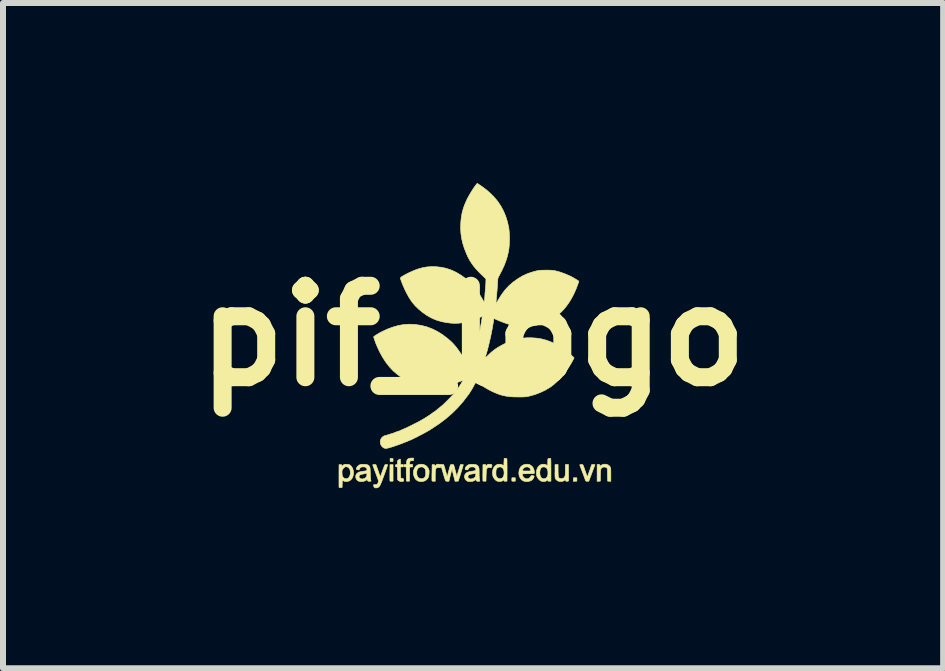
<source format=kicad_pcb>
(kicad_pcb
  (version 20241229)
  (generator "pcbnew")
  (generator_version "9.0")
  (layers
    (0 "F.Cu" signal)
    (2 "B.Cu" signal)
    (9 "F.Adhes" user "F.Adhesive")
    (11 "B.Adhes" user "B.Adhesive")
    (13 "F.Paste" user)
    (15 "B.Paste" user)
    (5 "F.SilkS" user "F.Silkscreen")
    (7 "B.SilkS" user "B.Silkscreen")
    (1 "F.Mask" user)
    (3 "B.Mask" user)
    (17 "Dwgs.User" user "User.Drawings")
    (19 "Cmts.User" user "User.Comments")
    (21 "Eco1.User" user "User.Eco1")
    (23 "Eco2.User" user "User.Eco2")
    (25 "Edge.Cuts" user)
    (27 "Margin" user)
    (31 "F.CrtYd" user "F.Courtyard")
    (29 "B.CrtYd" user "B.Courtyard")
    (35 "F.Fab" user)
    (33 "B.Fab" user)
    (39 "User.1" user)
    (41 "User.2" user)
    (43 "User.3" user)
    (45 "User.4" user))
  (footprint "pif_logo"
    (layer "F.Cu")
    (at 4.833 2.547)
    (property "Reference" "pif_logo" (at 0 0 0) (layer "F.SilkS") (effects (font (size 1.524 1.524) (thickness 0.3))))
    (attr through_hole)
    (fp_poly (pts (xy 1.73 2.421) (xy 1.7 2.422) (xy 1.671 2.424) (xy 1.672 2.394) (xy 1.674 2.365) (xy 1.73 2.365) (xy 1.73 2.421)) (stroke (width 0.01) (type solid)) (fill yes) (layer "F.SilkS"))
    (fp_poly (pts (xy 0.704 2.421) (xy 0.677 2.422) (xy 0.659 2.422) (xy 0.65 2.42) (xy 0.647 2.416) (xy 0.646 2.407) (xy 0.646 2.392) (xy 0.646 2.387) (xy 0.648 2.365) (xy 0.704 2.365) (xy 0.704 2.421)) (stroke (width 0.01) (type solid)) (fill yes) (layer "F.SilkS"))
    (fp_poly (pts (xy -1.333 2.421) (xy -1.358 2.422) (xy -1.375 2.422) (xy -1.384 2.418) (xy -1.384 2.417) (xy -1.385 2.41) (xy -1.386 2.395) (xy -1.386 2.372) (xy -1.386 2.343) (xy -1.386 2.31) (xy -1.386 2.278) (xy -1.384 2.146) (xy -1.333 2.146) (xy -1.333 2.421)) (stroke (width 0.01) (type solid)) (fill yes) (layer "F.SilkS"))
    (fp_poly (pts (xy -1.358 2.043) (xy -1.334 2.045) (xy -1.333 2.069) (xy -1.333 2.083) (xy -1.334 2.092) (xy -1.335 2.093) (xy -1.349 2.094) (xy -1.363 2.095) (xy -1.375 2.094) (xy -1.38 2.093) (xy -1.381 2.088) (xy -1.382 2.075) (xy -1.382 2.066) (xy -1.382 2.042) (xy -1.358 2.043)) (stroke (width 0.01) (type solid)) (fill yes) (layer "F.SilkS"))
    (fp_poly (pts (xy -0.993 2.08) (xy -1.014 2.079) (xy -1.035 2.08) (xy -1.049 2.089) (xy -1.057 2.106) (xy -1.058 2.118) (xy -1.059 2.141) (xy -1.006 2.144) (xy -1.006 2.184) (xy -1.032 2.185) (xy -1.057 2.187) (xy -1.059 2.421) (xy -1.082 2.422) (xy -1.097 2.422) (xy -1.107 2.421) (xy -1.109 2.42) (xy -1.11 2.414) (xy -1.111 2.4) (xy -1.112 2.378) (xy -1.112 2.35) (xy -1.112 2.319) (xy -1.113 2.301) (xy -1.113 2.185) (xy -1.132 2.183) (xy -1.144 2.182) (xy -1.149 2.177) (xy -1.151 2.167) (xy -1.151 2.164) (xy -1.15 2.153) (xy -1.146 2.147) (xy -1.135 2.144) (xy -1.13 2.144) (xy -1.11 2.141) (xy -1.109 2.113) (xy -1.105 2.084) (xy -1.096 2.062) (xy -1.081 2.048) (xy -1.059 2.04) (xy -1.029 2.037) (xy -1.026 2.037) (xy -0.99 2.037) (xy -0.993 2.08)) (stroke (width 0.01) (type solid)) (fill yes) (layer "F.SilkS"))
    (fp_poly (pts (xy 2.231 2.143) (xy 2.256 2.154) (xy 2.276 2.171) (xy 2.285 2.184) (xy 2.289 2.192) (xy 2.291 2.2) (xy 2.293 2.21) (xy 2.295 2.223) (xy 2.296 2.241) (xy 2.296 2.265) (xy 2.296 2.296) (xy 2.296 2.315) (xy 2.296 2.424) (xy 2.243 2.421) (xy 2.241 2.316) (xy 2.24 2.211) (xy 2.225 2.197) (xy 2.204 2.187) (xy 2.181 2.185) (xy 2.157 2.192) (xy 2.146 2.198) (xy 2.138 2.206) (xy 2.132 2.216) (xy 2.128 2.231) (xy 2.125 2.251) (xy 2.123 2.278) (xy 2.122 2.314) (xy 2.122 2.327) (xy 2.121 2.421) (xy 2.068 2.424) (xy 2.068 2.144) (xy 2.09 2.144) (xy 2.104 2.144) (xy 2.111 2.147) (xy 2.113 2.153) (xy 2.113 2.16) (xy 2.113 2.176) (xy 2.125 2.165) (xy 2.148 2.149) (xy 2.175 2.14) (xy 2.204 2.138) (xy 2.231 2.143)) (stroke (width 0.01) (type solid)) (fill yes) (layer "F.SilkS"))
    (fp_poly (pts (xy 0.277 2.14) (xy 0.298 2.142) (xy 0.311 2.147) (xy 0.316 2.156) (xy 0.314 2.169) (xy 0.312 2.177) (xy 0.306 2.192) (xy 0.301 2.198) (xy 0.293 2.198) (xy 0.28 2.194) (xy 0.26 2.191) (xy 0.243 2.199) (xy 0.23 2.213) (xy 0.227 2.22) (xy 0.224 2.228) (xy 0.222 2.241) (xy 0.221 2.259) (xy 0.22 2.283) (xy 0.219 2.317) (xy 0.218 2.324) (xy 0.216 2.421) (xy 0.192 2.422) (xy 0.174 2.422) (xy 0.166 2.418) (xy 0.165 2.417) (xy 0.164 2.41) (xy 0.164 2.395) (xy 0.164 2.372) (xy 0.163 2.343) (xy 0.163 2.31) (xy 0.164 2.278) (xy 0.165 2.146) (xy 0.189 2.145) (xy 0.204 2.144) (xy 0.211 2.146) (xy 0.213 2.151) (xy 0.213 2.158) (xy 0.213 2.173) (xy 0.231 2.155) (xy 0.242 2.145) (xy 0.252 2.14) (xy 0.264 2.139) (xy 0.277 2.14)) (stroke (width 0.01) (type solid)) (fill yes) (layer "F.SilkS"))
    (fp_poly (pts (xy -1.212 2.057) (xy -1.21 2.072) (xy -1.209 2.096) (xy -1.209 2.098) (xy -1.209 2.144) (xy -1.163 2.144) (xy -1.163 2.184) (xy -1.21 2.184) (xy -1.208 2.275) (xy -1.207 2.305) (xy -1.206 2.331) (xy -1.205 2.351) (xy -1.204 2.365) (xy -1.203 2.37) (xy -1.196 2.373) (xy -1.183 2.374) (xy -1.18 2.374) (xy -1.168 2.376) (xy -1.162 2.38) (xy -1.158 2.391) (xy -1.157 2.395) (xy -1.155 2.409) (xy -1.157 2.418) (xy -1.162 2.422) (xy -1.174 2.426) (xy -1.192 2.427) (xy -1.213 2.425) (xy -1.217 2.425) (xy -1.228 2.42) (xy -1.241 2.412) (xy -1.242 2.411) (xy -1.257 2.399) (xy -1.26 2.185) (xy -1.277 2.183) (xy -1.288 2.181) (xy -1.292 2.176) (xy -1.293 2.164) (xy -1.292 2.152) (xy -1.287 2.147) (xy -1.276 2.145) (xy -1.267 2.143) (xy -1.262 2.14) (xy -1.26 2.132) (xy -1.26 2.117) (xy -1.26 2.114) (xy -1.259 2.097) (xy -1.257 2.085) (xy -1.256 2.08) (xy -1.249 2.073) (xy -1.237 2.064) (xy -1.225 2.057) (xy -1.216 2.052) (xy -1.215 2.052) (xy -1.212 2.057)) (stroke (width 0.01) (type solid)) (fill yes) (layer "F.SilkS"))
    (fp_poly (pts (xy 1.417 2.244) (xy 1.418 2.284) (xy 1.419 2.315) (xy 1.42 2.337) (xy 1.422 2.352) (xy 1.424 2.357) (xy 1.436 2.37) (xy 1.453 2.377) (xy 1.474 2.379) (xy 1.495 2.375) (xy 1.514 2.366) (xy 1.518 2.362) (xy 1.525 2.353) (xy 1.531 2.342) (xy 1.535 2.326) (xy 1.537 2.304) (xy 1.539 2.275) (xy 1.539 2.237) (xy 1.539 2.229) (xy 1.539 2.144) (xy 1.59 2.144) (xy 1.591 2.278) (xy 1.591 2.315) (xy 1.592 2.347) (xy 1.592 2.376) (xy 1.592 2.398) (xy 1.591 2.412) (xy 1.591 2.418) (xy 1.585 2.421) (xy 1.573 2.423) (xy 1.567 2.423) (xy 1.553 2.423) (xy 1.546 2.42) (xy 1.544 2.413) (xy 1.544 2.407) (xy 1.544 2.391) (xy 1.533 2.402) (xy 1.509 2.418) (xy 1.48 2.426) (xy 1.45 2.427) (xy 1.42 2.42) (xy 1.412 2.417) (xy 1.396 2.406) (xy 1.382 2.393) (xy 1.378 2.388) (xy 1.374 2.382) (xy 1.371 2.375) (xy 1.369 2.367) (xy 1.367 2.357) (xy 1.366 2.342) (xy 1.366 2.322) (xy 1.365 2.295) (xy 1.366 2.26) (xy 1.366 2.23) (xy 1.366 2.146) (xy 1.392 2.145) (xy 1.417 2.143) (xy 1.417 2.244)) (stroke (width 0.01) (type solid)) (fill yes) (layer "F.SilkS"))
    (fp_poly (pts (xy 2.02 2.144) (xy 2.03 2.146) (xy 2.032 2.147) (xy 2.03 2.152) (xy 2.026 2.166) (xy 2.018 2.185) (xy 2.009 2.209) (xy 2.004 2.222) (xy 1.992 2.254) (xy 1.978 2.291) (xy 1.965 2.326) (xy 1.954 2.357) (xy 1.953 2.358) (xy 1.929 2.423) (xy 1.904 2.423) (xy 1.888 2.422) (xy 1.88 2.419) (xy 1.876 2.414) (xy 1.873 2.406) (xy 1.867 2.389) (xy 1.859 2.366) (xy 1.849 2.339) (xy 1.838 2.309) (xy 1.826 2.278) (xy 1.814 2.248) (xy 1.804 2.219) (xy 1.794 2.195) (xy 1.787 2.176) (xy 1.783 2.165) (xy 1.779 2.153) (xy 1.781 2.147) (xy 1.79 2.144) (xy 1.803 2.144) (xy 1.82 2.145) (xy 1.83 2.149) (xy 1.833 2.153) (xy 1.836 2.16) (xy 1.842 2.175) (xy 1.85 2.197) (xy 1.859 2.223) (xy 1.869 2.253) (xy 1.87 2.254) (xy 1.88 2.283) (xy 1.889 2.308) (xy 1.897 2.328) (xy 1.902 2.341) (xy 1.905 2.347) (xy 1.905 2.347) (xy 1.908 2.342) (xy 1.913 2.33) (xy 1.919 2.313) (xy 1.921 2.307) (xy 1.928 2.287) (xy 1.938 2.26) (xy 1.948 2.231) (xy 1.956 2.206) (xy 1.978 2.144) (xy 2.005 2.144) (xy 2.02 2.144)) (stroke (width 0.01) (type solid)) (fill yes) (layer "F.SilkS"))
    (fp_poly (pts (xy -0.827 2.143) (xy -0.795 2.156) (xy -0.768 2.177) (xy -0.747 2.207) (xy -0.744 2.212) (xy -0.738 2.226) (xy -0.734 2.238) (xy -0.732 2.251) (xy -0.732 2.269) (xy -0.733 2.29) (xy -0.737 2.329) (xy -0.746 2.36) (xy -0.761 2.384) (xy -0.782 2.403) (xy -0.808 2.418) (xy -0.833 2.425) (xy -0.863 2.428) (xy -0.892 2.426) (xy -0.91 2.421) (xy -0.937 2.407) (xy -0.959 2.387) (xy -0.975 2.361) (xy -0.989 2.324) (xy -0.994 2.285) (xy -0.993 2.267) (xy -0.938 2.267) (xy -0.938 2.303) (xy -0.931 2.333) (xy -0.917 2.356) (xy -0.898 2.372) (xy -0.874 2.38) (xy -0.854 2.381) (xy -0.837 2.377) (xy -0.822 2.371) (xy -0.819 2.369) (xy -0.804 2.355) (xy -0.795 2.338) (xy -0.789 2.316) (xy -0.788 2.287) (xy -0.788 2.278) (xy -0.79 2.254) (xy -0.792 2.238) (xy -0.795 2.226) (xy -0.801 2.215) (xy -0.803 2.213) (xy -0.821 2.195) (xy -0.844 2.185) (xy -0.868 2.184) (xy -0.894 2.19) (xy -0.915 2.204) (xy -0.929 2.226) (xy -0.937 2.256) (xy -0.938 2.267) (xy -0.993 2.267) (xy -0.991 2.247) (xy -0.979 2.212) (xy -0.969 2.194) (xy -0.946 2.167) (xy -0.919 2.149) (xy -0.886 2.14) (xy -0.865 2.139) (xy -0.827 2.143)) (stroke (width 0.01) (type solid)) (fill yes) (layer "F.SilkS"))
    (fp_poly (pts (xy 0.923 2.14) (xy 0.937 2.144) (xy 0.952 2.151) (xy 0.978 2.169) (xy 1 2.195) (xy 1.014 2.227) (xy 1.021 2.262) (xy 1.022 2.29) (xy 1.019 2.292) (xy 1.01 2.294) (xy 0.993 2.295) (xy 0.969 2.296) (xy 0.936 2.297) (xy 0.921 2.297) (xy 0.82 2.299) (xy 0.822 2.314) (xy 0.829 2.338) (xy 0.844 2.359) (xy 0.865 2.374) (xy 0.888 2.382) (xy 0.897 2.382) (xy 0.919 2.38) (xy 0.938 2.37) (xy 0.954 2.352) (xy 0.957 2.348) (xy 0.966 2.335) (xy 0.973 2.329) (xy 0.982 2.328) (xy 0.992 2.329) (xy 1.007 2.332) (xy 1.016 2.336) (xy 1.018 2.337) (xy 1.018 2.343) (xy 1.014 2.355) (xy 1.007 2.37) (xy 0.999 2.384) (xy 0.99 2.396) (xy 0.987 2.399) (xy 0.965 2.413) (xy 0.936 2.423) (xy 0.905 2.428) (xy 0.873 2.427) (xy 0.848 2.421) (xy 0.818 2.406) (xy 0.795 2.383) (xy 0.777 2.353) (xy 0.766 2.32) (xy 0.763 2.283) (xy 0.768 2.244) (xy 0.769 2.241) (xy 0.823 2.241) (xy 0.826 2.247) (xy 0.835 2.25) (xy 0.852 2.252) (xy 0.877 2.252) (xy 0.895 2.252) (xy 0.963 2.251) (xy 0.961 2.237) (xy 0.954 2.214) (xy 0.939 2.197) (xy 0.918 2.186) (xy 0.896 2.183) (xy 0.869 2.188) (xy 0.846 2.202) (xy 0.832 2.22) (xy 0.825 2.232) (xy 0.823 2.241) (xy 0.769 2.241) (xy 0.769 2.24) (xy 0.782 2.204) (xy 0.8 2.176) (xy 0.825 2.157) (xy 0.855 2.144) (xy 0.887 2.14) (xy 0.908 2.139) (xy 0.923 2.14)) (stroke (width 0.01) (type solid)) (fill yes) (layer "F.SilkS"))
    (fp_poly (pts (xy -2.087 2.142) (xy -2.073 2.143) (xy -2.061 2.147) (xy -2.05 2.154) (xy -2.046 2.157) (xy -2.023 2.179) (xy -2.006 2.209) (xy -1.995 2.246) (xy -1.992 2.268) (xy -1.994 2.31) (xy -2.003 2.348) (xy -2.019 2.379) (xy -2.042 2.404) (xy -2.065 2.418) (xy -2.091 2.426) (xy -2.119 2.428) (xy -2.145 2.423) (xy -2.163 2.414) (xy -2.179 2.402) (xy -2.18 2.465) (xy -2.182 2.527) (xy -2.206 2.529) (xy -2.224 2.529) (xy -2.232 2.525) (xy -2.233 2.524) (xy -2.233 2.517) (xy -2.234 2.502) (xy -2.234 2.479) (xy -2.234 2.449) (xy -2.234 2.413) (xy -2.234 2.374) (xy -2.234 2.332) (xy -2.234 2.266) (xy -2.184 2.266) (xy -2.183 2.288) (xy -2.183 2.291) (xy -2.181 2.317) (xy -2.178 2.335) (xy -2.172 2.348) (xy -2.172 2.349) (xy -2.154 2.368) (xy -2.133 2.379) (xy -2.11 2.382) (xy -2.088 2.375) (xy -2.069 2.361) (xy -2.056 2.339) (xy -2.047 2.312) (xy -2.044 2.282) (xy -2.046 2.252) (xy -2.053 2.225) (xy -2.058 2.215) (xy -2.072 2.199) (xy -2.09 2.187) (xy -2.108 2.18) (xy -2.114 2.179) (xy -2.132 2.184) (xy -2.15 2.196) (xy -2.166 2.214) (xy -2.173 2.225) (xy -2.179 2.238) (xy -2.183 2.251) (xy -2.184 2.266) (xy -2.234 2.266) (xy -2.233 2.146) (xy -2.21 2.146) (xy -2.196 2.147) (xy -2.189 2.149) (xy -2.188 2.155) (xy -2.188 2.16) (xy -2.189 2.174) (xy -2.168 2.158) (xy -2.157 2.149) (xy -2.147 2.144) (xy -2.135 2.142) (xy -2.118 2.141) (xy -2.108 2.141) (xy -2.087 2.142)) (stroke (width 0.01) (type solid)) (fill yes) (layer "F.SilkS"))
    (fp_poly (pts (xy -1.629 2.145) (xy -1.62 2.147) (xy -1.618 2.148) (xy -1.615 2.155) (xy -1.61 2.17) (xy -1.602 2.19) (xy -1.593 2.215) (xy -1.584 2.241) (xy -1.574 2.268) (xy -1.566 2.293) (xy -1.56 2.31) (xy -1.546 2.352) (xy -1.521 2.285) (xy -1.507 2.245) (xy -1.495 2.213) (xy -1.486 2.189) (xy -1.479 2.172) (xy -1.474 2.16) (xy -1.47 2.152) (xy -1.466 2.148) (xy -1.462 2.146) (xy -1.457 2.145) (xy -1.452 2.145) (xy -1.451 2.145) (xy -1.437 2.144) (xy -1.426 2.145) (xy -1.425 2.146) (xy -1.424 2.15) (xy -1.426 2.16) (xy -1.432 2.178) (xy -1.44 2.203) (xy -1.452 2.237) (xy -1.467 2.279) (xy -1.476 2.304) (xy -1.495 2.354) (xy -1.51 2.396) (xy -1.523 2.43) (xy -1.535 2.457) (xy -1.544 2.478) (xy -1.552 2.494) (xy -1.56 2.506) (xy -1.567 2.514) (xy -1.574 2.521) (xy -1.582 2.525) (xy -1.589 2.528) (xy -1.611 2.534) (xy -1.631 2.533) (xy -1.646 2.525) (xy -1.654 2.51) (xy -1.656 2.497) (xy -1.656 2.479) (xy -1.629 2.479) (xy -1.609 2.478) (xy -1.597 2.473) (xy -1.595 2.471) (xy -1.588 2.46) (xy -1.581 2.444) (xy -1.576 2.429) (xy -1.575 2.419) (xy -1.577 2.413) (xy -1.581 2.398) (xy -1.589 2.377) (xy -1.599 2.35) (xy -1.61 2.319) (xy -1.623 2.284) (xy -1.623 2.284) (xy -1.636 2.25) (xy -1.647 2.219) (xy -1.657 2.192) (xy -1.665 2.17) (xy -1.67 2.156) (xy -1.671 2.15) (xy -1.671 2.15) (xy -1.667 2.146) (xy -1.656 2.144) (xy -1.642 2.144) (xy -1.629 2.145)) (stroke (width 0.01) (type solid)) (fill yes) (layer "F.SilkS"))
    (fp_poly (pts (xy 1.297 2.076) (xy 1.297 2.09) (xy 1.298 2.113) (xy 1.298 2.142) (xy 1.298 2.177) (xy 1.298 2.215) (xy 1.298 2.255) (xy 1.298 2.266) (xy 1.298 2.421) (xy 1.274 2.422) (xy 1.259 2.423) (xy 1.252 2.421) (xy 1.25 2.416) (xy 1.25 2.41) (xy 1.25 2.397) (xy 1.231 2.411) (xy 1.208 2.423) (xy 1.181 2.428) (xy 1.153 2.426) (xy 1.129 2.418) (xy 1.106 2.401) (xy 1.085 2.378) (xy 1.069 2.352) (xy 1.064 2.342) (xy 1.059 2.319) (xy 1.057 2.29) (xy 1.057 2.287) (xy 1.112 2.287) (xy 1.116 2.316) (xy 1.123 2.342) (xy 1.136 2.363) (xy 1.137 2.364) (xy 1.155 2.377) (xy 1.177 2.382) (xy 1.2 2.379) (xy 1.213 2.373) (xy 1.23 2.357) (xy 1.242 2.335) (xy 1.248 2.304) (xy 1.248 2.298) (xy 1.248 2.262) (xy 1.242 2.232) (xy 1.23 2.208) (xy 1.212 2.193) (xy 1.189 2.185) (xy 1.18 2.184) (xy 1.161 2.186) (xy 1.146 2.191) (xy 1.144 2.193) (xy 1.129 2.208) (xy 1.119 2.231) (xy 1.114 2.258) (xy 1.112 2.287) (xy 1.057 2.287) (xy 1.058 2.26) (xy 1.062 2.233) (xy 1.065 2.221) (xy 1.08 2.19) (xy 1.102 2.164) (xy 1.126 2.149) (xy 1.15 2.141) (xy 1.177 2.139) (xy 1.204 2.143) (xy 1.226 2.152) (xy 1.229 2.154) (xy 1.245 2.165) (xy 1.245 2.116) (xy 1.246 2.088) (xy 1.246 2.068) (xy 1.247 2.056) (xy 1.25 2.048) (xy 1.254 2.045) (xy 1.26 2.044) (xy 1.27 2.043) (xy 1.271 2.043) (xy 1.295 2.042) (xy 1.297 2.076)) (stroke (width 0.01) (type solid)) (fill yes) (layer "F.SilkS"))
    (fp_poly (pts (xy 0.555 2.043) (xy 0.562 2.046) (xy 0.564 2.053) (xy 0.565 2.056) (xy 0.565 2.065) (xy 0.566 2.082) (xy 0.566 2.107) (xy 0.566 2.138) (xy 0.567 2.174) (xy 0.567 2.213) (xy 0.567 2.245) (xy 0.566 2.421) (xy 0.542 2.422) (xy 0.528 2.423) (xy 0.521 2.421) (xy 0.518 2.416) (xy 0.518 2.41) (xy 0.518 2.397) (xy 0.5 2.411) (xy 0.478 2.422) (xy 0.451 2.427) (xy 0.423 2.426) (xy 0.398 2.419) (xy 0.376 2.404) (xy 0.356 2.383) (xy 0.34 2.358) (xy 0.333 2.343) (xy 0.327 2.317) (xy 0.325 2.286) (xy 0.325 2.285) (xy 0.381 2.285) (xy 0.382 2.308) (xy 0.384 2.328) (xy 0.386 2.335) (xy 0.4 2.358) (xy 0.418 2.374) (xy 0.44 2.381) (xy 0.463 2.38) (xy 0.477 2.375) (xy 0.496 2.361) (xy 0.508 2.341) (xy 0.515 2.314) (xy 0.517 2.302) (xy 0.517 2.264) (xy 0.511 2.233) (xy 0.499 2.209) (xy 0.482 2.193) (xy 0.459 2.185) (xy 0.448 2.184) (xy 0.422 2.189) (xy 0.402 2.201) (xy 0.389 2.222) (xy 0.388 2.223) (xy 0.384 2.238) (xy 0.382 2.26) (xy 0.381 2.285) (xy 0.325 2.285) (xy 0.327 2.254) (xy 0.332 2.225) (xy 0.334 2.219) (xy 0.346 2.194) (xy 0.364 2.171) (xy 0.386 2.153) (xy 0.404 2.144) (xy 0.43 2.139) (xy 0.458 2.141) (xy 0.484 2.148) (xy 0.501 2.157) (xy 0.512 2.166) (xy 0.517 2.168) (xy 0.517 2.165) (xy 0.516 2.159) (xy 0.514 2.149) (xy 0.514 2.132) (xy 0.515 2.11) (xy 0.516 2.095) (xy 0.519 2.042) (xy 0.541 2.042) (xy 0.555 2.043)) (stroke (width 0.01) (type solid)) (fill yes) (layer "F.SilkS"))
    (fp_poly (pts (xy 0.022 2.142) (xy 0.046 2.146) (xy 0.064 2.153) (xy 0.078 2.164) (xy 0.089 2.18) (xy 0.09 2.182) (xy 0.094 2.19) (xy 0.097 2.198) (xy 0.099 2.209) (xy 0.101 2.223) (xy 0.101 2.243) (xy 0.102 2.27) (xy 0.102 2.291) (xy 0.102 2.333) (xy 0.104 2.364) (xy 0.106 2.387) (xy 0.109 2.399) (xy 0.112 2.411) (xy 0.113 2.419) (xy 0.113 2.42) (xy 0.107 2.422) (xy 0.094 2.423) (xy 0.085 2.423) (xy 0.07 2.423) (xy 0.061 2.42) (xy 0.057 2.413) (xy 0.055 2.409) (xy 0.049 2.394) (xy 0.032 2.406) (xy 0.015 2.415) (xy -0.002 2.422) (xy -0.004 2.423) (xy -0.024 2.426) (xy -0.047 2.428) (xy -0.07 2.427) (xy -0.088 2.424) (xy -0.091 2.423) (xy -0.114 2.408) (xy -0.131 2.387) (xy -0.141 2.361) (xy -0.142 2.347) (xy -0.142 2.344) (xy -0.086 2.344) (xy -0.084 2.359) (xy -0.077 2.369) (xy -0.06 2.381) (xy -0.04 2.385) (xy -0.017 2.382) (xy 0.008 2.373) (xy 0.026 2.362) (xy 0.036 2.349) (xy 0.038 2.345) (xy 0.042 2.331) (xy 0.045 2.316) (xy 0.046 2.302) (xy 0.045 2.293) (xy 0.042 2.291) (xy 0.036 2.292) (xy 0.023 2.294) (xy 0.005 2.298) (xy -0.016 2.302) (xy -0.036 2.305) (xy -0.053 2.309) (xy -0.053 2.309) (xy -0.069 2.316) (xy -0.08 2.329) (xy -0.086 2.344) (xy -0.142 2.344) (xy -0.138 2.319) (xy -0.125 2.296) (xy -0.103 2.278) (xy -0.072 2.266) (xy -0.035 2.258) (xy -0.013 2.255) (xy 0.011 2.251) (xy 0.019 2.25) (xy 0.035 2.246) (xy 0.042 2.243) (xy 0.045 2.237) (xy 0.046 2.229) (xy 0.043 2.21) (xy 0.033 2.196) (xy 0.016 2.187) (xy -0.01 2.184) (xy -0.019 2.184) (xy -0.044 2.186) (xy -0.061 2.194) (xy -0.074 2.21) (xy -0.078 2.217) (xy -0.085 2.229) (xy -0.093 2.233) (xy -0.098 2.233) (xy -0.113 2.231) (xy -0.121 2.23) (xy -0.129 2.227) (xy -0.132 2.217) (xy -0.129 2.204) (xy -0.122 2.189) (xy -0.111 2.174) (xy -0.097 2.161) (xy -0.086 2.154) (xy -0.075 2.148) (xy -0.063 2.144) (xy -0.05 2.142) (xy -0.031 2.141) (xy -0.01 2.141) (xy 0.022 2.142)) (stroke (width 0.01) (type solid)) (fill yes) (layer "F.SilkS"))
    (fp_poly (pts (xy -1.792 2.142) (xy -1.768 2.146) (xy -1.75 2.153) (xy -1.736 2.164) (xy -1.725 2.179) (xy -1.721 2.187) (xy -1.719 2.195) (xy -1.716 2.206) (xy -1.715 2.221) (xy -1.714 2.243) (xy -1.713 2.271) (xy -1.712 2.299) (xy -1.711 2.34) (xy -1.709 2.371) (xy -1.707 2.392) (xy -1.705 2.405) (xy -1.703 2.409) (xy -1.699 2.416) (xy -1.703 2.421) (xy -1.715 2.423) (xy -1.728 2.423) (xy -1.744 2.423) (xy -1.752 2.42) (xy -1.757 2.413) (xy -1.759 2.409) (xy -1.764 2.394) (xy -1.782 2.406) (xy -1.799 2.415) (xy -1.816 2.422) (xy -1.818 2.423) (xy -1.84 2.427) (xy -1.864 2.428) (xy -1.888 2.426) (xy -1.906 2.422) (xy -1.908 2.421) (xy -1.931 2.405) (xy -1.947 2.384) (xy -1.955 2.357) (xy -1.955 2.356) (xy -1.954 2.344) (xy -1.9 2.344) (xy -1.897 2.36) (xy -1.891 2.369) (xy -1.87 2.382) (xy -1.845 2.385) (xy -1.818 2.379) (xy -1.802 2.372) (xy -1.783 2.357) (xy -1.772 2.336) (xy -1.768 2.309) (xy -1.768 2.295) (xy -1.77 2.289) (xy -1.775 2.289) (xy -1.779 2.29) (xy -1.79 2.293) (xy -1.807 2.297) (xy -1.826 2.301) (xy -1.855 2.307) (xy -1.875 2.313) (xy -1.888 2.319) (xy -1.895 2.327) (xy -1.895 2.327) (xy -1.9 2.344) (xy -1.954 2.344) (xy -1.954 2.328) (xy -1.945 2.306) (xy -1.927 2.287) (xy -1.92 2.281) (xy -1.909 2.274) (xy -1.896 2.269) (xy -1.879 2.265) (xy -1.855 2.26) (xy -1.843 2.258) (xy -1.814 2.254) (xy -1.794 2.251) (xy -1.78 2.248) (xy -1.773 2.244) (xy -1.769 2.24) (xy -1.768 2.234) (xy -1.768 2.225) (xy -1.771 2.208) (xy -1.78 2.196) (xy -1.797 2.188) (xy -1.806 2.185) (xy -1.826 2.183) (xy -1.848 2.184) (xy -1.867 2.189) (xy -1.877 2.195) (xy -1.885 2.204) (xy -1.892 2.217) (xy -1.892 2.219) (xy -1.898 2.23) (xy -1.904 2.234) (xy -1.916 2.233) (xy -1.919 2.232) (xy -1.936 2.228) (xy -1.945 2.222) (xy -1.946 2.213) (xy -1.939 2.197) (xy -1.938 2.194) (xy -1.923 2.173) (xy -1.903 2.157) (xy -1.901 2.155) (xy -1.889 2.149) (xy -1.879 2.145) (xy -1.866 2.142) (xy -1.849 2.141) (xy -1.825 2.141) (xy -1.824 2.141) (xy -1.792 2.142)) (stroke (width 0.01) (type solid)) (fill yes) (layer "F.SilkS"))
    (fp_poly (pts (xy -0.545 2.142) (xy -0.523 2.143) (xy -0.504 2.145) (xy -0.492 2.146) (xy -0.489 2.146) (xy -0.487 2.151) (xy -0.483 2.164) (xy -0.477 2.183) (xy -0.47 2.207) (xy -0.463 2.234) (xy -0.455 2.261) (xy -0.447 2.287) (xy -0.441 2.311) (xy -0.435 2.331) (xy -0.434 2.334) (xy -0.431 2.344) (xy -0.429 2.344) (xy -0.428 2.339) (xy -0.426 2.33) (xy -0.421 2.312) (xy -0.414 2.284) (xy -0.404 2.248) (xy -0.392 2.203) (xy -0.381 2.163) (xy -0.377 2.152) (xy -0.372 2.146) (xy -0.363 2.144) (xy -0.35 2.144) (xy -0.334 2.144) (xy -0.326 2.147) (xy -0.321 2.153) (xy -0.321 2.155) (xy -0.318 2.164) (xy -0.313 2.181) (xy -0.307 2.204) (xy -0.3 2.23) (xy -0.293 2.258) (xy -0.285 2.285) (xy -0.279 2.31) (xy -0.277 2.319) (xy -0.271 2.344) (xy -0.26 2.306) (xy -0.254 2.286) (xy -0.245 2.259) (xy -0.237 2.23) (xy -0.229 2.207) (xy -0.211 2.146) (xy -0.187 2.145) (xy -0.17 2.145) (xy -0.163 2.148) (xy -0.163 2.15) (xy -0.164 2.157) (xy -0.169 2.174) (xy -0.177 2.2) (xy -0.188 2.236) (xy -0.202 2.281) (xy -0.219 2.336) (xy -0.228 2.362) (xy -0.246 2.421) (xy -0.273 2.422) (xy -0.299 2.424) (xy -0.304 2.404) (xy -0.307 2.392) (xy -0.312 2.373) (xy -0.319 2.349) (xy -0.326 2.322) (xy -0.327 2.316) (xy -0.334 2.29) (xy -0.339 2.267) (xy -0.343 2.248) (xy -0.345 2.237) (xy -0.345 2.235) (xy -0.346 2.227) (xy -0.349 2.227) (xy -0.353 2.237) (xy -0.36 2.257) (xy -0.368 2.286) (xy -0.378 2.325) (xy -0.389 2.369) (xy -0.402 2.423) (xy -0.427 2.423) (xy -0.442 2.422) (xy -0.453 2.419) (xy -0.456 2.417) (xy -0.459 2.41) (xy -0.465 2.395) (xy -0.472 2.374) (xy -0.48 2.348) (xy -0.488 2.321) (xy -0.501 2.277) (xy -0.511 2.242) (xy -0.519 2.215) (xy -0.525 2.195) (xy -0.53 2.181) (xy -0.532 2.174) (xy -0.535 2.173) (xy -0.539 2.181) (xy -0.539 2.184) (xy -0.544 2.195) (xy -0.549 2.198) (xy -0.555 2.197) (xy -0.576 2.193) (xy -0.596 2.195) (xy -0.61 2.203) (xy -0.617 2.212) (xy -0.622 2.223) (xy -0.625 2.239) (xy -0.628 2.261) (xy -0.629 2.289) (xy -0.63 2.326) (xy -0.63 2.338) (xy -0.63 2.423) (xy -0.655 2.423) (xy -0.673 2.422) (xy -0.682 2.418) (xy -0.684 2.415) (xy -0.685 2.408) (xy -0.685 2.393) (xy -0.685 2.37) (xy -0.685 2.341) (xy -0.685 2.308) (xy -0.684 2.277) (xy -0.682 2.146) (xy -0.66 2.146) (xy -0.646 2.147) (xy -0.639 2.15) (xy -0.636 2.157) (xy -0.636 2.159) (xy -0.634 2.173) (xy -0.6 2.138) (xy -0.545 2.142)) (stroke (width 0.01) (type solid)) (fill yes) (layer "F.SilkS"))
    (fp_poly (pts (xy 0.115 -2.512) (xy 0.182 -2.465) (xy 0.242 -2.417) (xy 0.298 -2.367) (xy 0.354 -2.31) (xy 0.357 -2.306) (xy 0.414 -2.238) (xy 0.464 -2.162) (xy 0.508 -2.08) (xy 0.545 -1.992) (xy 0.574 -1.899) (xy 0.595 -1.802) (xy 0.598 -1.783) (xy 0.602 -1.746) (xy 0.605 -1.701) (xy 0.607 -1.652) (xy 0.607 -1.6) (xy 0.605 -1.549) (xy 0.603 -1.501) (xy 0.598 -1.458) (xy 0.598 -1.453) (xy 0.586 -1.384) (xy 0.569 -1.316) (xy 0.547 -1.246) (xy 0.519 -1.173) (xy 0.484 -1.097) (xy 0.442 -1.015) (xy 0.432 -0.997) (xy 0.424 -0.982) (xy 0.419 -0.97) (xy 0.415 -0.958) (xy 0.413 -0.944) (xy 0.411 -0.926) (xy 0.41 -0.901) (xy 0.409 -0.89) (xy 0.408 -0.866) (xy 0.406 -0.833) (xy 0.403 -0.795) (xy 0.4 -0.754) (xy 0.396 -0.712) (xy 0.394 -0.681) (xy 0.39 -0.645) (xy 0.388 -0.612) (xy 0.385 -0.583) (xy 0.384 -0.561) (xy 0.383 -0.546) (xy 0.383 -0.54) (xy 0.383 -0.54) (xy 0.386 -0.543) (xy 0.393 -0.553) (xy 0.403 -0.569) (xy 0.409 -0.58) (xy 0.452 -0.652) (xy 0.495 -0.715) (xy 0.537 -0.769) (xy 0.58 -0.816) (xy 0.59 -0.827) (xy 0.666 -0.894) (xy 0.746 -0.952) (xy 0.829 -1.001) (xy 0.915 -1.04) (xy 1.005 -1.069) (xy 1.059 -1.083) (xy 1.081 -1.087) (xy 1.1 -1.09) (xy 1.121 -1.092) (xy 1.144 -1.094) (xy 1.172 -1.094) (xy 1.208 -1.095) (xy 1.219 -1.095) (xy 1.256 -1.095) (xy 1.286 -1.094) (xy 1.309 -1.093) (xy 1.329 -1.091) (xy 1.347 -1.089) (xy 1.365 -1.085) (xy 1.377 -1.083) (xy 1.451 -1.063) (xy 1.527 -1.036) (xy 1.602 -1.004) (xy 1.633 -0.989) (xy 1.656 -0.977) (xy 1.681 -0.963) (xy 1.704 -0.949) (xy 1.726 -0.936) (xy 1.744 -0.924) (xy 1.757 -0.915) (xy 1.763 -0.91) (xy 1.763 -0.909) (xy 1.761 -0.902) (xy 1.756 -0.887) (xy 1.749 -0.866) (xy 1.74 -0.842) (xy 1.73 -0.816) (xy 1.72 -0.79) (xy 1.711 -0.767) (xy 1.711 -0.767) (xy 1.677 -0.692) (xy 1.639 -0.621) (xy 1.599 -0.555) (xy 1.556 -0.495) (xy 1.513 -0.442) (xy 1.47 -0.398) (xy 1.465 -0.393) (xy 1.394 -0.335) (xy 1.325 -0.287) (xy 1.255 -0.246) (xy 1.182 -0.214) (xy 1.106 -0.189) (xy 1.024 -0.17) (xy 0.955 -0.16) (xy 0.89 -0.154) (xy 0.826 -0.153) (xy 0.762 -0.158) (xy 0.696 -0.168) (xy 0.628 -0.184) (xy 0.555 -0.206) (xy 0.477 -0.235) (xy 0.439 -0.25) (xy 0.416 -0.26) (xy 0.394 -0.269) (xy 0.377 -0.277) (xy 0.368 -0.281) (xy 0.355 -0.288) (xy 0.348 -0.288) (xy 0.346 -0.283) (xy 0.345 -0.277) (xy 0.344 -0.268) (xy 0.342 -0.249) (xy 0.338 -0.224) (xy 0.332 -0.192) (xy 0.326 -0.156) (xy 0.319 -0.116) (xy 0.311 -0.075) (xy 0.303 -0.033) (xy 0.299 -0.015) (xy 0.296 0.001) (xy 0.291 0.025) (xy 0.284 0.053) (xy 0.277 0.084) (xy 0.27 0.114) (xy 0.264 0.141) (xy 0.261 0.15) (xy 0.256 0.17) (xy 0.252 0.188) (xy 0.249 0.198) (xy 0.244 0.22) (xy 0.235 0.252) (xy 0.223 0.294) (xy 0.221 0.3) (xy 0.213 0.326) (xy 0.208 0.347) (xy 0.204 0.362) (xy 0.203 0.367) (xy 0.207 0.365) (xy 0.215 0.358) (xy 0.228 0.345) (xy 0.24 0.334) (xy 0.303 0.274) (xy 0.365 0.225) (xy 0.418 0.19) (xy 0.502 0.143) (xy 0.584 0.105) (xy 0.663 0.075) (xy 0.741 0.053) (xy 0.819 0.039) (xy 0.899 0.032) (xy 0.973 0.032) (xy 1.061 0.038) (xy 1.142 0.051) (xy 1.22 0.072) (xy 1.295 0.099) (xy 1.371 0.136) (xy 1.423 0.165) (xy 1.485 0.205) (xy 1.545 0.247) (xy 1.601 0.291) (xy 1.65 0.333) (xy 1.659 0.341) (xy 1.684 0.366) (xy 1.662 0.409) (xy 1.627 0.471) (xy 1.587 0.534) (xy 1.543 0.596) (xy 1.496 0.655) (xy 1.448 0.711) (xy 1.399 0.762) (xy 1.351 0.806) (xy 1.305 0.843) (xy 1.287 0.855) (xy 1.205 0.904) (xy 1.118 0.945) (xy 1.029 0.979) (xy 0.941 1.003) (xy 0.923 1.007) (xy 0.903 1.011) (xy 0.883 1.014) (xy 0.863 1.016) (xy 0.841 1.017) (xy 0.814 1.018) (xy 0.78 1.018) (xy 0.752 1.018) (xy 0.679 1.017) (xy 0.615 1.013) (xy 0.555 1.005) (xy 0.499 0.994) (xy 0.444 0.978) (xy 0.388 0.957) (xy 0.328 0.931) (xy 0.288 0.911) (xy 0.259 0.896) (xy 0.224 0.876) (xy 0.185 0.852) (xy 0.145 0.828) (xy 0.106 0.803) (xy 0.1 0.799) (xy 0.08 0.786) (xy 0.063 0.776) (xy 0.051 0.771) (xy 0.046 0.77) (xy 0.042 0.776) (xy 0.035 0.79) (xy 0.025 0.808) (xy 0.017 0.823) (xy 0.003 0.85) (xy -0.015 0.882) (xy -0.035 0.915) (xy -0.055 0.946) (xy -0.072 0.973) (xy -0.078 0.98) (xy -0.163 1.092) (xy -0.254 1.196) (xy -0.351 1.292) (xy -0.454 1.381) (xy -0.565 1.465) (xy -0.668 1.533) (xy -0.686 1.545) (xy -0.705 1.557) (xy -0.709 1.56) (xy -0.727 1.571) (xy -0.751 1.585) (xy -0.779 1.601) (xy -0.812 1.619) (xy -0.847 1.638) (xy -0.883 1.656) (xy -0.919 1.675) (xy -0.953 1.693) (xy -0.985 1.708) (xy -1.013 1.722) (xy -1.036 1.733) (xy -1.053 1.74) (xy -1.062 1.742) (xy -1.063 1.742) (xy -1.073 1.746) (xy -1.075 1.747) (xy -1.082 1.752) (xy -1.095 1.758) (xy -1.1 1.759) (xy -1.117 1.766) (xy -1.137 1.774) (xy -1.147 1.777) (xy -1.177 1.79) (xy -1.203 1.8) (xy -1.226 1.808) (xy -1.251 1.817) (xy -1.28 1.827) (xy -1.302 1.835) (xy -1.346 1.849) (xy -1.381 1.86) (xy -1.41 1.868) (xy -1.433 1.873) (xy -1.452 1.875) (xy -1.467 1.874) (xy -1.48 1.87) (xy -1.493 1.864) (xy -1.499 1.86) (xy -1.521 1.84) (xy -1.536 1.815) (xy -1.545 1.786) (xy -1.546 1.755) (xy -1.538 1.726) (xy -1.535 1.719) (xy -1.52 1.696) (xy -1.5 1.678) (xy -1.479 1.666) (xy -1.469 1.663) (xy -1.451 1.659) (xy -1.433 1.654) (xy -1.433 1.654) (xy -1.42 1.649) (xy -1.4 1.643) (xy -1.378 1.636) (xy -1.369 1.633) (xy -1.348 1.627) (xy -1.329 1.621) (xy -1.316 1.616) (xy -1.313 1.615) (xy -1.29 1.606) (xy -1.268 1.597) (xy -1.248 1.59) (xy -1.234 1.586) (xy -1.229 1.585) (xy -1.219 1.582) (xy -1.216 1.581) (xy -1.21 1.576) (xy -1.196 1.57) (xy -1.179 1.562) (xy -1.179 1.562) (xy -1.159 1.554) (xy -1.142 1.546) (xy -1.13 1.542) (xy -1.118 1.536) (xy -1.099 1.527) (xy -1.074 1.515) (xy -1.046 1.501) (xy -1.015 1.486) (xy -0.985 1.47) (xy -0.956 1.456) (xy -0.93 1.443) (xy -0.909 1.432) (xy -0.895 1.425) (xy -0.893 1.423) (xy -0.862 1.406) (xy -0.835 1.39) (xy -0.811 1.376) (xy -0.794 1.366) (xy -0.787 1.361) (xy -0.776 1.354) (xy -0.76 1.344) (xy -0.749 1.337) (xy -0.719 1.317) (xy -0.694 1.3) (xy -0.674 1.284) (xy -0.673 1.284) (xy -0.662 1.275) (xy -0.654 1.27) (xy -0.653 1.27) (xy -0.647 1.267) (xy -0.637 1.26) (xy -0.633 1.257) (xy -0.62 1.247) (xy -0.602 1.232) (xy -0.581 1.215) (xy -0.559 1.197) (xy -0.538 1.18) (xy -0.522 1.167) (xy -0.519 1.165) (xy -0.508 1.155) (xy -0.491 1.14) (xy -0.471 1.12) (xy -0.447 1.097) (xy -0.423 1.073) (xy -0.399 1.049) (xy -0.377 1.026) (xy -0.359 1.007) (xy -0.345 0.992) (xy -0.339 0.986) (xy -0.295 0.931) (xy -0.258 0.883) (xy -0.227 0.84) (xy -0.202 0.801) (xy -0.181 0.764) (xy -0.177 0.758) (xy -0.172 0.747) (xy -0.171 0.743) (xy -0.176 0.744) (xy -0.177 0.744) (xy -0.256 0.775) (xy -0.328 0.8) (xy -0.394 0.821) (xy -0.457 0.836) (xy -0.516 0.847) (xy -0.573 0.853) (xy -0.631 0.855) (xy -0.689 0.854) (xy -0.701 0.853) (xy -0.797 0.843) (xy -0.887 0.826) (xy -0.973 0.802) (xy -1.054 0.769) (xy -1.134 0.728) (xy -1.213 0.678) (xy -1.268 0.637) (xy -1.334 0.58) (xy -1.395 0.514) (xy -1.453 0.44) (xy -1.507 0.357) (xy -1.557 0.266) (xy -1.595 0.183) (xy -1.604 0.163) (xy -1.611 0.144) (xy -1.617 0.131) (xy -1.618 0.13) (xy -1.623 0.118) (xy -1.629 0.1) (xy -1.636 0.08) (xy -1.643 0.059) (xy -1.65 0.04) (xy -1.654 0.025) (xy -1.656 0.016) (xy -1.656 0.016) (xy -1.652 0.011) (xy -1.64 0.002) (xy -1.623 -0.01) (xy -1.6 -0.024) (xy -1.575 -0.039) (xy -1.549 -0.054) (xy -1.523 -0.068) (xy -1.522 -0.068) (xy -1.427 -0.113) (xy -1.334 -0.147) (xy -1.243 -0.173) (xy -1.155 -0.188) (xy -1.069 -0.194) (xy -1.059 -0.194) (xy -0.961 -0.189) (xy -0.867 -0.175) (xy -0.775 -0.152) (xy -0.686 -0.119) (xy -0.599 -0.076) (xy -0.514 -0.024) (xy -0.431 0.039) (xy -0.414 0.053) (xy -0.382 0.08) (xy -0.354 0.106) (xy -0.329 0.132) (xy -0.305 0.159) (xy -0.28 0.189) (xy -0.254 0.224) (xy -0.224 0.266) (xy -0.213 0.282) (xy -0.193 0.312) (xy -0.171 0.348) (xy -0.148 0.387) (xy -0.126 0.428) (xy -0.106 0.467) (xy -0.092 0.496) (xy -0.082 0.516) (xy -0.074 0.528) (xy -0.069 0.531) (xy -0.065 0.526) (xy -0.064 0.524) (xy -0.05 0.483) (xy -0.036 0.447) (xy -0.03 0.432) (xy -0.022 0.409) (xy -0.013 0.381) (xy -0.003 0.35) (xy 0.008 0.317) (xy 0.018 0.286) (xy 0.026 0.258) (xy 0.033 0.236) (xy 0.034 0.234) (xy 0.04 0.214) (xy 0.046 0.194) (xy 0.048 0.185) (xy 0.052 0.172) (xy 0.057 0.154) (xy 0.064 0.129) (xy 0.071 0.096) (xy 0.081 0.055) (xy 0.084 0.041) (xy 0.089 0.02) (xy 0.094 -0.001) (xy 0.097 -0.013) (xy 0.101 -0.031) (xy 0.106 -0.056) (xy 0.112 -0.084) (xy 0.117 -0.111) (xy 0.122 -0.134) (xy 0.122 -0.137) (xy 0.126 -0.156) (xy 0.13 -0.178) (xy 0.132 -0.188) (xy 0.139 -0.226) (xy 0.145 -0.263) (xy 0.15 -0.296) (xy 0.15 -0.301) (xy 0.153 -0.325) (xy 0.124 -0.312) (xy 0.039 -0.278) (xy -0.05 -0.249) (xy -0.139 -0.226) (xy -0.18 -0.218) (xy -0.241 -0.211) (xy -0.308 -0.209) (xy -0.379 -0.213) (xy -0.451 -0.223) (xy -0.522 -0.237) (xy -0.59 -0.256) (xy -0.635 -0.272) (xy -0.705 -0.304) (xy -0.774 -0.344) (xy -0.841 -0.391) (xy -0.904 -0.443) (xy -0.962 -0.499) (xy -1.012 -0.558) (xy -1.027 -0.579) (xy -1.064 -0.635) (xy -1.1 -0.699) (xy -1.135 -0.768) (xy -1.167 -0.84) (xy -1.195 -0.912) (xy -1.203 -0.934) (xy -1.208 -0.949) (xy -1.21 -0.961) (xy -1.207 -0.97) (xy -1.2 -0.978) (xy -1.186 -0.988) (xy -1.165 -1) (xy -1.148 -1.01) (xy -1.108 -1.032) (xy -1.063 -1.054) (xy -1.015 -1.076) (xy -0.968 -1.096) (xy -0.926 -1.111) (xy -0.925 -1.112) (xy -0.847 -1.134) (xy -0.772 -1.148) (xy -0.697 -1.154) (xy -0.62 -1.153) (xy -0.539 -1.144) (xy -0.528 -1.143) (xy -0.446 -1.125) (xy -0.363 -1.097) (xy -0.281 -1.059) (xy -0.201 -1.011) (xy -0.122 -0.955) (xy -0.117 -0.951) (xy -0.081 -0.921) (xy -0.048 -0.892) (xy -0.018 -0.862) (xy 0.01 -0.83) (xy 0.038 -0.795) (xy 0.066 -0.756) (xy 0.096 -0.711) (xy 0.128 -0.659) (xy 0.163 -0.6) (xy 0.163 -0.6) (xy 0.173 -0.582) (xy 0.18 -0.571) (xy 0.184 -0.568) (xy 0.187 -0.57) (xy 0.188 -0.574) (xy 0.19 -0.585) (xy 0.192 -0.602) (xy 0.194 -0.625) (xy 0.195 -0.643) (xy 0.197 -0.669) (xy 0.199 -0.701) (xy 0.202 -0.736) (xy 0.205 -0.771) (xy 0.205 -0.78) (xy 0.208 -0.812) (xy 0.211 -0.844) (xy 0.213 -0.874) (xy 0.214 -0.898) (xy 0.214 -0.905) (xy 0.215 -0.949) (xy 0.168 -0.994) (xy 0.109 -1.051) (xy 0.058 -1.105) (xy 0.014 -1.157) (xy -0.024 -1.209) (xy -0.057 -1.261) (xy -0.086 -1.316) (xy -0.107 -1.363) (xy -0.143 -1.453) (xy -0.171 -1.54) (xy -0.19 -1.624) (xy -0.202 -1.708) (xy -0.207 -1.794) (xy -0.204 -1.882) (xy -0.204 -1.892) (xy -0.196 -1.97) (xy -0.184 -2.042) (xy -0.166 -2.11) (xy -0.143 -2.178) (xy -0.113 -2.248) (xy -0.098 -2.281) (xy -0.081 -2.312) (xy -0.061 -2.348) (xy -0.039 -2.385) (xy -0.016 -2.422) (xy 0.007 -2.458) (xy 0.028 -2.489) (xy 0.047 -2.514) (xy 0.055 -2.524) (xy 0.07 -2.542) (xy 0.115 -2.512)) (stroke (width 0.01) (type solid)) (fill yes) (layer "F.SilkS")))
  (gr_rect
    (start -3 -3)
    (end 12.667 8.086)
    (stroke (width 0.1) (type default))
    (fill no)
    (layer "Edge.Cuts")))
</source>
